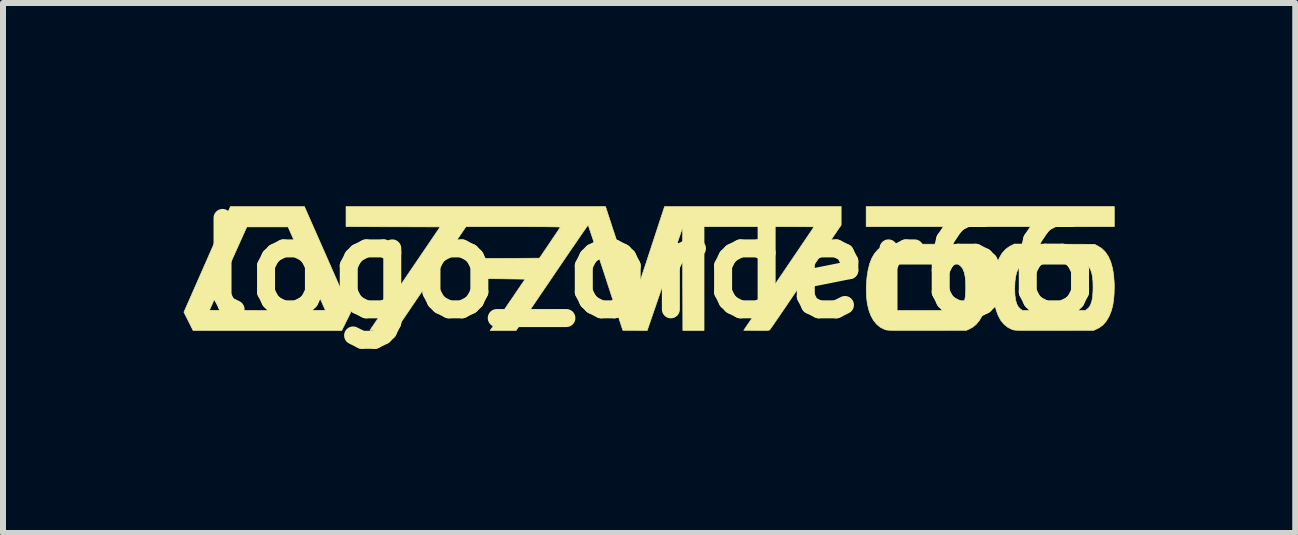
<source format=kicad_pcb>
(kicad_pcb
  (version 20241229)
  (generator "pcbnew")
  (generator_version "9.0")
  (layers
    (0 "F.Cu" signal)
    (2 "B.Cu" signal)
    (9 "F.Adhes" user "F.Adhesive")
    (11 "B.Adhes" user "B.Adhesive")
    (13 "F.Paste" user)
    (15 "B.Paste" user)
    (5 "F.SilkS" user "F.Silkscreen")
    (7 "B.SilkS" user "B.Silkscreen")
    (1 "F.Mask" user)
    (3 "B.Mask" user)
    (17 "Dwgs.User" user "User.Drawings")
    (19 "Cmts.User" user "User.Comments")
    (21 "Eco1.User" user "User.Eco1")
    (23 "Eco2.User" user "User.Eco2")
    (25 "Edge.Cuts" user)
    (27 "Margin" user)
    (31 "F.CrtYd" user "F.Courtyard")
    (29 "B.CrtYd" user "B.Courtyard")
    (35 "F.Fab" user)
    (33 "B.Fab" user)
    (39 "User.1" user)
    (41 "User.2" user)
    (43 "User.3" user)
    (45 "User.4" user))
  (footprint "logo_order66"
    (layer "F.Cu")
    (at 7.772 1.418)
    (property "Reference" "logo_order66" (at 0 0 0) (layer "F.SilkS") (effects (font (size 1.524 1.524) (thickness 0.3))))
    (attr through_hole)
    (fp_poly (pts (xy 7.756 -0.689) (xy 3.619 -0.689) (xy 3.619 -1.025) (xy 7.756 -1.025) (xy 7.756 -0.689)) (stroke (width 0.01) (type solid)) (fill yes) (layer "F.SilkS"))
    (fp_poly (pts (xy -5.359 -0.145) (xy -4.972 0.736) (xy -5.049 0.89) (xy -5.125 1.043) (xy -7.602 1.043) (xy -7.679 0.89) (xy -7.756 0.736) (xy -7.742 0.705) (xy -7.33 0.705) (xy -7.321 0.705) (xy -7.295 0.705) (xy -7.253 0.706) (xy -7.197 0.706) (xy -7.127 0.706) (xy -7.046 0.707) (xy -6.952 0.707) (xy -6.85 0.707) (xy -6.738 0.707) (xy -6.619 0.707) (xy -6.493 0.708) (xy -6.364 0.708) (xy -6.233 0.708) (xy -6.107 0.707) (xy -5.988 0.707) (xy -5.877 0.707) (xy -5.774 0.707) (xy -5.681 0.707) (xy -5.599 0.706) (xy -5.529 0.706) (xy -5.473 0.706) (xy -5.432 0.705) (xy -5.406 0.705) (xy -5.397 0.705) (xy -5.401 0.696) (xy -5.412 0.672) (xy -5.429 0.634) (xy -5.451 0.584) (xy -5.479 0.521) (xy -5.512 0.448) (xy -5.549 0.366) (xy -5.589 0.275) (xy -5.632 0.178) (xy -5.679 0.076) (xy -5.709 0.008) (xy -6.02 -0.685) (xy -6.707 -0.685) (xy -7.019 0.008) (xy -7.066 0.114) (xy -7.111 0.215) (xy -7.154 0.31) (xy -7.193 0.397) (xy -7.228 0.476) (xy -7.259 0.545) (xy -7.285 0.604) (xy -7.306 0.65) (xy -7.32 0.683) (xy -7.328 0.701) (xy -7.33 0.705) (xy -7.742 0.705) (xy -7.368 -0.145) (xy -6.98 -1.025) (xy -5.747 -1.025) (xy -5.359 -0.145)) (stroke (width 0.01) (type solid)) (fill yes) (layer "F.SilkS"))
    (fp_poly (pts (xy 5.302 -0.395) (xy 5.357 -0.368) (xy 5.426 -0.325) (xy 5.484 -0.267) (xy 5.534 -0.194) (xy 5.573 -0.106) (xy 5.602 -0.003) (xy 5.622 0.115) (xy 5.632 0.248) (xy 5.633 0.326) (xy 5.628 0.465) (xy 5.613 0.589) (xy 5.588 0.699) (xy 5.553 0.794) (xy 5.508 0.874) (xy 5.453 0.94) (xy 5.389 0.991) (xy 5.353 1.01) (xy 5.293 1.039) (xy 4.636 1.041) (xy 4.51 1.041) (xy 4.401 1.041) (xy 4.308 1.041) (xy 4.229 1.041) (xy 4.163 1.041) (xy 4.109 1.041) (xy 4.065 1.04) (xy 4.029 1.039) (xy 4.001 1.038) (xy 3.98 1.036) (xy 3.963 1.034) (xy 3.95 1.032) (xy 3.94 1.029) (xy 3.931 1.026) (xy 3.858 0.99) (xy 3.795 0.939) (xy 3.741 0.873) (xy 3.697 0.794) (xy 3.663 0.7) (xy 3.638 0.593) (xy 3.624 0.474) (xy 3.621 0.345) (xy 3.974 0.345) (xy 3.977 0.441) (xy 3.986 0.521) (xy 4.002 0.586) (xy 4.025 0.636) (xy 4.055 0.674) (xy 4.072 0.687) (xy 4.103 0.708) (xy 5.15 0.708) (xy 5.18 0.687) (xy 5.213 0.656) (xy 5.239 0.61) (xy 5.259 0.55) (xy 5.272 0.475) (xy 5.278 0.384) (xy 5.279 0.324) (xy 5.277 0.225) (xy 5.269 0.142) (xy 5.254 0.074) (xy 5.234 0.021) (xy 5.207 -0.019) (xy 5.181 -0.043) (xy 5.15 -0.064) (xy 4.101 -0.064) (xy 4.07 -0.036) (xy 4.036 0.005) (xy 4.009 0.062) (xy 3.99 0.136) (xy 3.978 0.226) (xy 3.974 0.333) (xy 3.974 0.345) (xy 3.621 0.345) (xy 3.621 0.342) (xy 3.622 0.296) (xy 3.632 0.157) (xy 3.651 0.034) (xy 3.678 -0.073) (xy 3.714 -0.165) (xy 3.76 -0.243) (xy 3.814 -0.305) (xy 3.877 -0.354) (xy 3.914 -0.373) (xy 3.97 -0.399) (xy 5.302 -0.395)) (stroke (width 0.01) (type solid)) (fill yes) (layer "F.SilkS"))
    (fp_poly (pts (xy 6.758 -0.397) (xy 7.425 -0.395) (xy 7.479 -0.368) (xy 7.549 -0.324) (xy 7.608 -0.265) (xy 7.657 -0.191) (xy 7.697 -0.102) (xy 7.726 0.002) (xy 7.746 0.12) (xy 7.755 0.254) (xy 7.756 0.313) (xy 7.753 0.431) (xy 7.745 0.534) (xy 7.73 0.626) (xy 7.708 0.709) (xy 7.678 0.786) (xy 7.665 0.814) (xy 7.62 0.889) (xy 7.568 0.949) (xy 7.506 0.995) (xy 7.477 1.01) (xy 7.416 1.039) (xy 6.758 1.041) (xy 6.633 1.041) (xy 6.524 1.041) (xy 6.431 1.041) (xy 6.352 1.041) (xy 6.286 1.041) (xy 6.232 1.041) (xy 6.187 1.04) (xy 6.152 1.039) (xy 6.124 1.038) (xy 6.103 1.036) (xy 6.086 1.034) (xy 6.073 1.032) (xy 6.062 1.029) (xy 6.054 1.026) (xy 5.981 0.99) (xy 5.918 0.939) (xy 5.864 0.874) (xy 5.82 0.794) (xy 5.786 0.7) (xy 5.761 0.593) (xy 5.747 0.474) (xy 5.744 0.357) (xy 6.096 0.357) (xy 6.1 0.454) (xy 6.111 0.535) (xy 6.13 0.6) (xy 6.157 0.65) (xy 6.192 0.685) (xy 6.195 0.687) (xy 6.226 0.708) (xy 7.273 0.708) (xy 7.303 0.687) (xy 7.336 0.656) (xy 7.362 0.61) (xy 7.382 0.549) (xy 7.395 0.473) (xy 7.401 0.381) (xy 7.402 0.325) (xy 7.4 0.226) (xy 7.392 0.144) (xy 7.378 0.077) (xy 7.359 0.024) (xy 7.333 -0.016) (xy 7.303 -0.043) (xy 7.273 -0.064) (xy 6.221 -0.064) (xy 6.187 -0.029) (xy 6.155 0.012) (xy 6.131 0.067) (xy 6.113 0.136) (xy 6.101 0.22) (xy 6.096 0.32) (xy 6.096 0.357) (xy 5.744 0.357) (xy 5.744 0.342) (xy 5.745 0.29) (xy 5.755 0.151) (xy 5.775 0.028) (xy 5.803 -0.08) (xy 5.841 -0.172) (xy 5.887 -0.249) (xy 5.943 -0.311) (xy 6.008 -0.358) (xy 6.026 -0.367) (xy 6.091 -0.4) (xy 6.758 -0.397)) (stroke (width 0.01) (type solid)) (fill yes) (layer "F.SilkS"))
    (fp_poly (pts (xy 3.202 -0.716) (xy 2.616 0.148) (xy 2.539 0.26) (xy 2.465 0.369) (xy 2.394 0.473) (xy 2.328 0.571) (xy 2.266 0.662) (xy 2.209 0.745) (xy 2.158 0.82) (xy 2.114 0.884) (xy 2.077 0.938) (xy 2.048 0.98) (xy 2.027 1.009) (xy 2.016 1.025) (xy 2.014 1.028) (xy 2.008 1.033) (xy 1.999 1.037) (xy 1.984 1.039) (xy 1.962 1.041) (xy 1.93 1.042) (xy 1.886 1.042) (xy 1.827 1.042) (xy 1.789 1.041) (xy 1.578 1.039) (xy 2.164 0.178) (xy 2.24 0.066) (xy 2.313 -0.042) (xy 2.383 -0.145) (xy 2.449 -0.242) (xy 2.51 -0.332) (xy 2.565 -0.414) (xy 2.615 -0.487) (xy 2.657 -0.55) (xy 2.693 -0.602) (xy 2.72 -0.642) (xy 2.738 -0.67) (xy 2.748 -0.684) (xy 2.749 -0.686) (xy 2.74 -0.686) (xy 2.714 -0.687) (xy 2.672 -0.687) (xy 2.616 -0.688) (xy 2.547 -0.688) (xy 2.466 -0.688) (xy 2.373 -0.689) (xy 2.271 -0.689) (xy 2.161 -0.689) (xy 2.043 -0.689) (xy 1.919 -0.689) (xy 1.832 -0.689) (xy 0.916 -0.689) (xy 0.916 1.043) (xy 0.563 1.043) (xy 0.56 0.186) (xy 0.558 -0.672) (xy 0.263 0.185) (xy -0.032 1.043) (xy -0.438 1.039) (xy -0.725 0.161) (xy -0.764 0.04) (xy -0.803 -0.077) (xy -0.839 -0.187) (xy -0.873 -0.29) (xy -0.904 -0.385) (xy -0.933 -0.47) (xy -0.958 -0.544) (xy -0.979 -0.607) (xy -0.996 -0.657) (xy -1.008 -0.692) (xy -1.015 -0.712) (xy -1.017 -0.716) (xy -1.023 -0.709) (xy -1.038 -0.688) (xy -1.062 -0.653) (xy -1.095 -0.606) (xy -1.135 -0.548) (xy -1.182 -0.48) (xy -1.235 -0.402) (xy -1.295 -0.315) (xy -1.359 -0.221) (xy -1.427 -0.121) (xy -1.5 -0.014) (xy -1.576 0.097) (xy -1.62 0.163) (xy -2.218 1.043) (xy -2.434 1.043) (xy -2.65 1.043) (xy -2.519 0.85) (xy -2.478 0.79) (xy -2.429 0.718) (xy -2.377 0.641) (xy -2.323 0.561) (xy -2.27 0.485) (xy -2.228 0.422) (xy -2.067 0.186) (xy -2.415 0.181) (xy -2.762 0.177) (xy -2.762 -0.159) (xy -2.295 -0.161) (xy -1.828 -0.164) (xy -1.656 -0.418) (xy -1.615 -0.479) (xy -1.577 -0.535) (xy -1.544 -0.584) (xy -1.516 -0.625) (xy -1.496 -0.656) (xy -1.483 -0.675) (xy -1.48 -0.681) (xy -1.489 -0.682) (xy -1.514 -0.684) (xy -1.557 -0.685) (xy -1.615 -0.686) (xy -1.689 -0.687) (xy -1.777 -0.688) (xy -1.879 -0.688) (xy -1.994 -0.689) (xy -2.122 -0.689) (xy -2.261 -0.689) (xy -2.265 -0.689) (xy -3.053 -0.689) (xy -3.641 0.177) (xy -4.229 1.043) (xy -4.441 1.043) (xy -4.501 1.043) (xy -4.554 1.043) (xy -4.599 1.042) (xy -4.632 1.041) (xy -4.65 1.04) (xy -4.654 1.039) (xy -4.649 1.031) (xy -4.634 1.009) (xy -4.611 0.974) (xy -4.579 0.927) (xy -4.539 0.868) (xy -4.493 0.8) (xy -4.44 0.722) (xy -4.381 0.635) (xy -4.318 0.541) (xy -4.25 0.441) (xy -4.178 0.335) (xy -4.102 0.224) (xy -4.069 0.175) (xy -3.484 -0.685) (xy -4.268 -0.687) (xy -5.053 -0.69) (xy -5.053 -1.025) (xy -2.89 -1.025) (xy -0.727 -1.025) (xy -0.599 -0.633) (xy -0.566 -0.534) (xy -0.531 -0.426) (xy -0.494 -0.312) (xy -0.456 -0.197) (xy -0.42 -0.086) (xy -0.386 0.017) (xy -0.357 0.107) (xy -0.356 0.109) (xy -0.331 0.185) (xy -0.308 0.255) (xy -0.287 0.319) (xy -0.269 0.373) (xy -0.254 0.416) (xy -0.243 0.447) (xy -0.238 0.462) (xy -0.237 0.464) (xy -0.233 0.457) (xy -0.224 0.433) (xy -0.211 0.395) (xy -0.193 0.343) (xy -0.171 0.279) (xy -0.146 0.203) (xy -0.117 0.118) (xy -0.086 0.024) (xy -0.052 -0.077) (xy -0.017 -0.185) (xy 0.013 -0.277) (xy 0.258 -1.025) (xy 3.202 -1.025) (xy 3.202 -0.716)) (stroke (width 0.01) (type solid)) (fill yes) (layer "F.SilkS")))
  (gr_rect
    (start -3 -3)
    (end 18.545 5.836)
    (stroke (width 0.1) (type default))
    (fill no)
    (layer "Edge.Cuts")))
</source>
